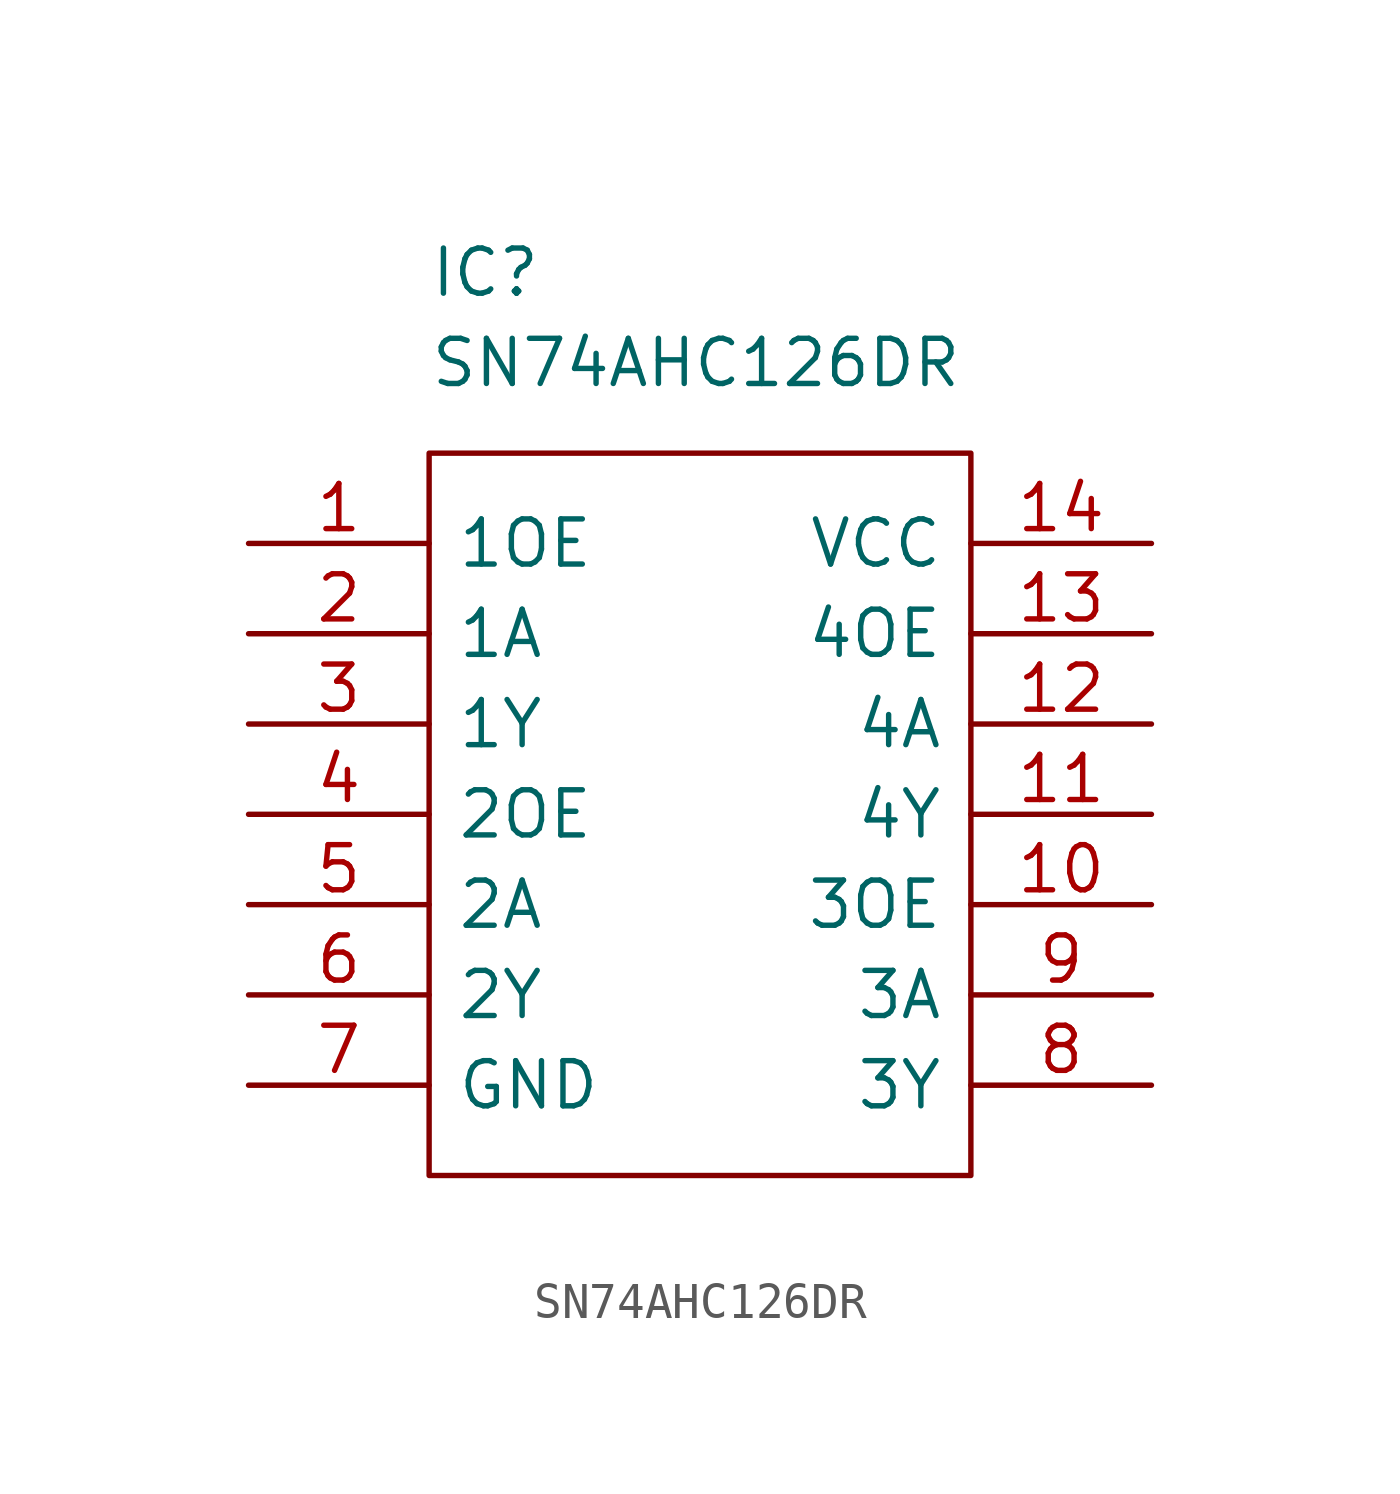
<source format=kicad_sym>
(kicad_symbol_lib
  (version 20220914)
  (generator kicad_symbol_editor)
  (symbol "SN74AHC126DR"
    (pin_names
      (offset 0.762))
    (property "Reference" "IC"
      (at 5.08 7.62 0)
      (effects (font (size 1.27 1.27)) (justify left)))
    (property "Value" "SN74AHC126DR"
      (at 5.08 5.08 0)
      (effects (font (size 1.27 1.27)) (justify left)))
    (symbol "SN74AHC126DR_0_0"
      (pin passive line (at 0 0 0) (length 5.08) (name "1OE" (effects (font (size 1.27 1.27)))) (number "1" (effects (font (size 1.27 1.27)))))
      (pin passive line (at 25.4 -10.16 180) (length 5.08) (name "3OE" (effects (font (size 1.27 1.27)))) (number "10" (effects (font (size 1.27 1.27)))))
      (pin passive line (at 25.4 -7.62 180) (length 5.08) (name "4Y" (effects (font (size 1.27 1.27)))) (number "11" (effects (font (size 1.27 1.27)))))
      (pin passive line (at 25.4 -5.08 180) (length 5.08) (name "4A" (effects (font (size 1.27 1.27)))) (number "12" (effects (font (size 1.27 1.27)))))
      (pin passive line (at 25.4 -2.54 180) (length 5.08) (name "4OE" (effects (font (size 1.27 1.27)))) (number "13" (effects (font (size 1.27 1.27)))))
      (pin passive line (at 25.4 0 180) (length 5.08) (name "VCC" (effects (font (size 1.27 1.27)))) (number "14" (effects (font (size 1.27 1.27)))))
      (pin passive line (at 0 -2.54 0) (length 5.08) (name "1A" (effects (font (size 1.27 1.27)))) (number "2" (effects (font (size 1.27 1.27)))))
      (pin passive line (at 0 -5.08 0) (length 5.08) (name "1Y" (effects (font (size 1.27 1.27)))) (number "3" (effects (font (size 1.27 1.27)))))
      (pin passive line (at 0 -7.62 0) (length 5.08) (name "2OE" (effects (font (size 1.27 1.27)))) (number "4" (effects (font (size 1.27 1.27)))))
      (pin passive line (at 0 -10.16 0) (length 5.08) (name "2A" (effects (font (size 1.27 1.27)))) (number "5" (effects (font (size 1.27 1.27)))))
      (pin passive line (at 0 -12.7 0) (length 5.08) (name "2Y" (effects (font (size 1.27 1.27)))) (number "6" (effects (font (size 1.27 1.27)))))
      (pin passive line (at 0 -15.24 0) (length 5.08) (name "GND" (effects (font (size 1.27 1.27)))) (number "7" (effects (font (size 1.27 1.27)))))
      (pin passive line (at 25.4 -15.24 180) (length 5.08) (name "3Y" (effects (font (size 1.27 1.27)))) (number "8" (effects (font (size 1.27 1.27)))))
      (pin passive line (at 25.4 -12.7 180) (length 5.08) (name "3A" (effects (font (size 1.27 1.27)))) (number "9" (effects (font (size 1.27 1.27))))))
    (symbol "SN74AHC126DR_0_1"
      (polyline (pts (xy 5.08 2.54) (xy 20.32 2.54) (xy 20.32 -17.78) (xy 5.08 -17.78) (xy 5.08 2.54)) (stroke (width 0.152) (type default)) (fill (type none))))))
</source>
